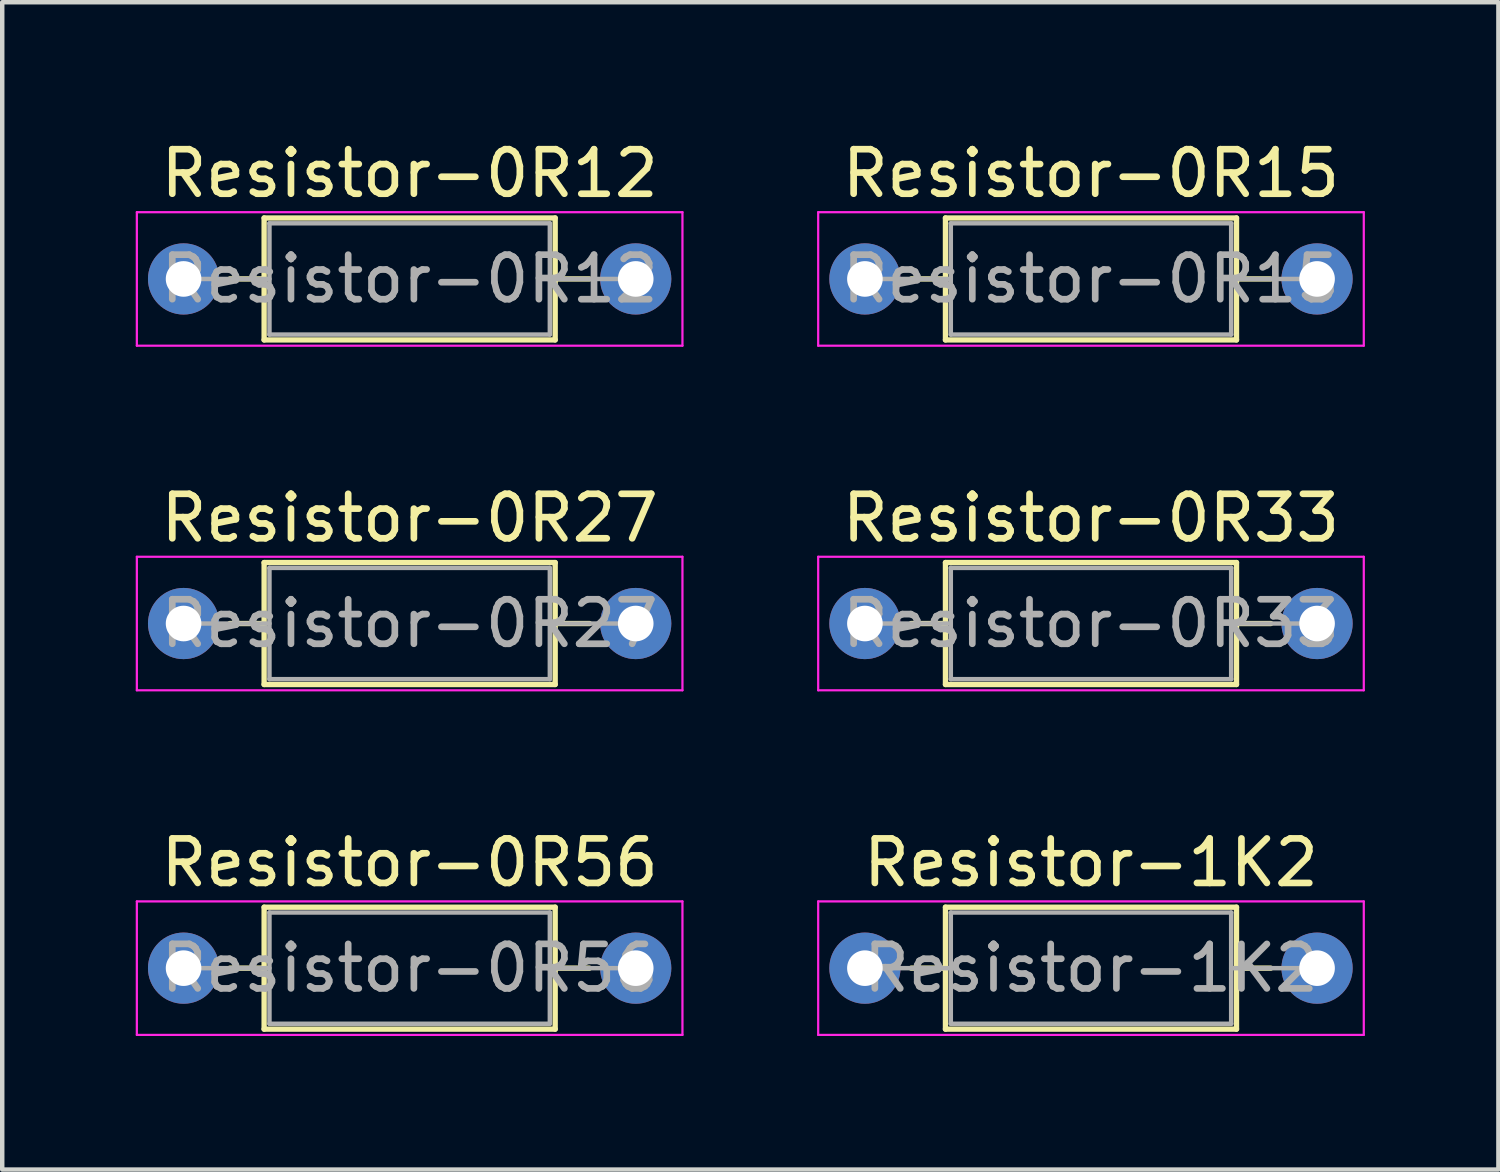
<source format=kicad_pcb>
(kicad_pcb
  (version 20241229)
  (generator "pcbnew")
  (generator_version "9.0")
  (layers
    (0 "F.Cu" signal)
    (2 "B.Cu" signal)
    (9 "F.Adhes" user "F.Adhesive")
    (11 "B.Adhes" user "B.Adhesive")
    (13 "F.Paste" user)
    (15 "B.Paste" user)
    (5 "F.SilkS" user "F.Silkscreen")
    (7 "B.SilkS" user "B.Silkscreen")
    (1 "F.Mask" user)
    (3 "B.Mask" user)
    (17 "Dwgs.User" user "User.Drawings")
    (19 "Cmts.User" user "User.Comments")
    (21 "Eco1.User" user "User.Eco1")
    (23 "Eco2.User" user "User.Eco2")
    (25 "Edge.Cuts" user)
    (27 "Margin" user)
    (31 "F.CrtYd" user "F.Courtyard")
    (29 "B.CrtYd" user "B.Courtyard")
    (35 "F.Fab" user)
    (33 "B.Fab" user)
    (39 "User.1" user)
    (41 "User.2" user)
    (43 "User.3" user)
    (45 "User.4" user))
  (footprint "Resistor-0R27"
    (layer "F.Cu")
    (at 6.155 10.961)
    (property "Reference" "Resistor-0R27" (at 0 -2.37 0) (layer "F.SilkS") (effects (font (size 1 1) (thickness 0.15))))
    (attr through_hole)
    (fp_line (start -4.04 0) (end -3.27 0) (stroke (width 0.12) (type solid)) (layer "F.SilkS"))
    (fp_line (start -3.27 -1.37) (end -3.27 1.37) (stroke (width 0.12) (type solid)) (layer "F.SilkS"))
    (fp_line (start -3.27 1.37) (end 3.27 1.37) (stroke (width 0.12) (type solid)) (layer "F.SilkS"))
    (fp_line (start 3.27 -1.37) (end -3.27 -1.37) (stroke (width 0.12) (type solid)) (layer "F.SilkS"))
    (fp_line (start 3.27 1.37) (end 3.27 -1.37) (stroke (width 0.12) (type solid)) (layer "F.SilkS"))
    (fp_line (start 4.04 0) (end 3.27 0) (stroke (width 0.12) (type solid)) (layer "F.SilkS"))
    (fp_line (start -6.13 -1.5) (end -6.13 1.5) (stroke (width 0.05) (type solid)) (layer "F.CrtYd"))
    (fp_line (start -6.13 1.5) (end 6.13 1.5) (stroke (width 0.05) (type solid)) (layer "F.CrtYd"))
    (fp_line (start 6.13 -1.5) (end -6.13 -1.5) (stroke (width 0.05) (type solid)) (layer "F.CrtYd"))
    (fp_line (start 6.13 1.5) (end 6.13 -1.5) (stroke (width 0.05) (type solid)) (layer "F.CrtYd"))
    (fp_line (start -5.08 0) (end -3.15 0) (stroke (width 0.1) (type solid)) (layer "F.Fab"))
    (fp_line (start -3.15 -1.25) (end -3.15 1.25) (stroke (width 0.1) (type solid)) (layer "F.Fab"))
    (fp_line (start -3.15 1.25) (end 3.15 1.25) (stroke (width 0.1) (type solid)) (layer "F.Fab"))
    (fp_line (start 3.15 -1.25) (end -3.15 -1.25) (stroke (width 0.1) (type solid)) (layer "F.Fab"))
    (fp_line (start 3.15 1.25) (end 3.15 -1.25) (stroke (width 0.1) (type solid)) (layer "F.Fab"))
    (fp_line (start 5.08 0) (end 3.15 0) (stroke (width 0.1) (type solid)) (layer "F.Fab"))
    (fp_text user "${REFERENCE}" (at 0 0 0) (layer "F.Fab") (effects (font (size 1 1) (thickness 0.15))))
    (pad "1" thru_hole circle (at -5.08 0) (size 1.6 1.6) (drill 0.8) (layers "*.Cu" "*.Mask"))
    (pad "2" thru_hole oval (at 5.08 0) (size 1.6 1.6) (drill 0.8) (layers "*.Cu" "*.Mask")))
  (footprint "Resistor-0R12"
    (layer "F.Cu")
    (at 6.155 3.218)
    (property "Reference" "Resistor-0R12" (at 0 -2.37 0) (layer "F.SilkS") (effects (font (size 1 1) (thickness 0.15))))
    (attr through_hole)
    (fp_line (start -4.04 0) (end -3.27 0) (stroke (width 0.12) (type solid)) (layer "F.SilkS"))
    (fp_line (start -3.27 -1.37) (end -3.27 1.37) (stroke (width 0.12) (type solid)) (layer "F.SilkS"))
    (fp_line (start -3.27 1.37) (end 3.27 1.37) (stroke (width 0.12) (type solid)) (layer "F.SilkS"))
    (fp_line (start 3.27 -1.37) (end -3.27 -1.37) (stroke (width 0.12) (type solid)) (layer "F.SilkS"))
    (fp_line (start 3.27 1.37) (end 3.27 -1.37) (stroke (width 0.12) (type solid)) (layer "F.SilkS"))
    (fp_line (start 4.04 0) (end 3.27 0) (stroke (width 0.12) (type solid)) (layer "F.SilkS"))
    (fp_line (start -6.13 -1.5) (end -6.13 1.5) (stroke (width 0.05) (type solid)) (layer "F.CrtYd"))
    (fp_line (start -6.13 1.5) (end 6.13 1.5) (stroke (width 0.05) (type solid)) (layer "F.CrtYd"))
    (fp_line (start 6.13 -1.5) (end -6.13 -1.5) (stroke (width 0.05) (type solid)) (layer "F.CrtYd"))
    (fp_line (start 6.13 1.5) (end 6.13 -1.5) (stroke (width 0.05) (type solid)) (layer "F.CrtYd"))
    (fp_line (start -5.08 0) (end -3.15 0) (stroke (width 0.1) (type solid)) (layer "F.Fab"))
    (fp_line (start -3.15 -1.25) (end -3.15 1.25) (stroke (width 0.1) (type solid)) (layer "F.Fab"))
    (fp_line (start -3.15 1.25) (end 3.15 1.25) (stroke (width 0.1) (type solid)) (layer "F.Fab"))
    (fp_line (start 3.15 -1.25) (end -3.15 -1.25) (stroke (width 0.1) (type solid)) (layer "F.Fab"))
    (fp_line (start 3.15 1.25) (end 3.15 -1.25) (stroke (width 0.1) (type solid)) (layer "F.Fab"))
    (fp_line (start 5.08 0) (end 3.15 0) (stroke (width 0.1) (type solid)) (layer "F.Fab"))
    (fp_text user "${REFERENCE}" (at 0 0 0) (layer "F.Fab") (effects (font (size 1 1) (thickness 0.15))))
    (pad "1" thru_hole circle (at -5.08 0) (size 1.6 1.6) (drill 0.8) (layers "*.Cu" "*.Mask"))
    (pad "2" thru_hole oval (at 5.08 0) (size 1.6 1.6) (drill 0.8) (layers "*.Cu" "*.Mask")))
  (footprint "Resistor-0R33"
    (layer "F.Cu")
    (at 21.465 10.961)
    (property "Reference" "Resistor-0R33" (at 0 -2.37 0) (layer "F.SilkS") (effects (font (size 1 1) (thickness 0.15))))
    (attr through_hole)
    (fp_line (start -4.04 0) (end -3.27 0) (stroke (width 0.12) (type solid)) (layer "F.SilkS"))
    (fp_line (start -3.27 -1.37) (end -3.27 1.37) (stroke (width 0.12) (type solid)) (layer "F.SilkS"))
    (fp_line (start -3.27 1.37) (end 3.27 1.37) (stroke (width 0.12) (type solid)) (layer "F.SilkS"))
    (fp_line (start 3.27 -1.37) (end -3.27 -1.37) (stroke (width 0.12) (type solid)) (layer "F.SilkS"))
    (fp_line (start 3.27 1.37) (end 3.27 -1.37) (stroke (width 0.12) (type solid)) (layer "F.SilkS"))
    (fp_line (start 4.04 0) (end 3.27 0) (stroke (width 0.12) (type solid)) (layer "F.SilkS"))
    (fp_line (start -6.13 -1.5) (end -6.13 1.5) (stroke (width 0.05) (type solid)) (layer "F.CrtYd"))
    (fp_line (start -6.13 1.5) (end 6.13 1.5) (stroke (width 0.05) (type solid)) (layer "F.CrtYd"))
    (fp_line (start 6.13 -1.5) (end -6.13 -1.5) (stroke (width 0.05) (type solid)) (layer "F.CrtYd"))
    (fp_line (start 6.13 1.5) (end 6.13 -1.5) (stroke (width 0.05) (type solid)) (layer "F.CrtYd"))
    (fp_line (start -5.08 0) (end -3.15 0) (stroke (width 0.1) (type solid)) (layer "F.Fab"))
    (fp_line (start -3.15 -1.25) (end -3.15 1.25) (stroke (width 0.1) (type solid)) (layer "F.Fab"))
    (fp_line (start -3.15 1.25) (end 3.15 1.25) (stroke (width 0.1) (type solid)) (layer "F.Fab"))
    (fp_line (start 3.15 -1.25) (end -3.15 -1.25) (stroke (width 0.1) (type solid)) (layer "F.Fab"))
    (fp_line (start 3.15 1.25) (end 3.15 -1.25) (stroke (width 0.1) (type solid)) (layer "F.Fab"))
    (fp_line (start 5.08 0) (end 3.15 0) (stroke (width 0.1) (type solid)) (layer "F.Fab"))
    (fp_text user "${REFERENCE}" (at 0 0 0) (layer "F.Fab") (effects (font (size 1 1) (thickness 0.15))))
    (pad "1" thru_hole circle (at -5.08 0) (size 1.6 1.6) (drill 0.8) (layers "*.Cu" "*.Mask"))
    (pad "2" thru_hole oval (at 5.08 0) (size 1.6 1.6) (drill 0.8) (layers "*.Cu" "*.Mask")))
  (footprint "Resistor-1K2"
    (layer "F.Cu")
    (at 21.465 18.705)
    (property "Reference" "Resistor-1K2" (at 0 -2.37 0) (layer "F.SilkS") (effects (font (size 1 1) (thickness 0.15))))
    (attr through_hole)
    (fp_line (start -4.04 0) (end -3.27 0) (stroke (width 0.12) (type solid)) (layer "F.SilkS"))
    (fp_line (start -3.27 -1.37) (end -3.27 1.37) (stroke (width 0.12) (type solid)) (layer "F.SilkS"))
    (fp_line (start -3.27 1.37) (end 3.27 1.37) (stroke (width 0.12) (type solid)) (layer "F.SilkS"))
    (fp_line (start 3.27 -1.37) (end -3.27 -1.37) (stroke (width 0.12) (type solid)) (layer "F.SilkS"))
    (fp_line (start 3.27 1.37) (end 3.27 -1.37) (stroke (width 0.12) (type solid)) (layer "F.SilkS"))
    (fp_line (start 4.04 0) (end 3.27 0) (stroke (width 0.12) (type solid)) (layer "F.SilkS"))
    (fp_line (start -6.13 -1.5) (end -6.13 1.5) (stroke (width 0.05) (type solid)) (layer "F.CrtYd"))
    (fp_line (start -6.13 1.5) (end 6.13 1.5) (stroke (width 0.05) (type solid)) (layer "F.CrtYd"))
    (fp_line (start 6.13 -1.5) (end -6.13 -1.5) (stroke (width 0.05) (type solid)) (layer "F.CrtYd"))
    (fp_line (start 6.13 1.5) (end 6.13 -1.5) (stroke (width 0.05) (type solid)) (layer "F.CrtYd"))
    (fp_line (start -5.08 0) (end -3.15 0) (stroke (width 0.1) (type solid)) (layer "F.Fab"))
    (fp_line (start -3.15 -1.25) (end -3.15 1.25) (stroke (width 0.1) (type solid)) (layer "F.Fab"))
    (fp_line (start -3.15 1.25) (end 3.15 1.25) (stroke (width 0.1) (type solid)) (layer "F.Fab"))
    (fp_line (start 3.15 -1.25) (end -3.15 -1.25) (stroke (width 0.1) (type solid)) (layer "F.Fab"))
    (fp_line (start 3.15 1.25) (end 3.15 -1.25) (stroke (width 0.1) (type solid)) (layer "F.Fab"))
    (fp_line (start 5.08 0) (end 3.15 0) (stroke (width 0.1) (type solid)) (layer "F.Fab"))
    (fp_text user "${REFERENCE}" (at 0 0 0) (layer "F.Fab") (effects (font (size 1 1) (thickness 0.15))))
    (pad "1" thru_hole circle (at -5.08 0) (size 1.6 1.6) (drill 0.8) (layers "*.Cu" "*.Mask"))
    (pad "2" thru_hole oval (at 5.08 0) (size 1.6 1.6) (drill 0.8) (layers "*.Cu" "*.Mask")))
  (footprint "Resistor-0R56"
    (layer "F.Cu")
    (at 6.155 18.705)
    (property "Reference" "Resistor-0R56" (at 0 -2.37 0) (layer "F.SilkS") (effects (font (size 1 1) (thickness 0.15))))
    (attr through_hole)
    (fp_line (start -4.04 0) (end -3.27 0) (stroke (width 0.12) (type solid)) (layer "F.SilkS"))
    (fp_line (start -3.27 -1.37) (end -3.27 1.37) (stroke (width 0.12) (type solid)) (layer "F.SilkS"))
    (fp_line (start -3.27 1.37) (end 3.27 1.37) (stroke (width 0.12) (type solid)) (layer "F.SilkS"))
    (fp_line (start 3.27 -1.37) (end -3.27 -1.37) (stroke (width 0.12) (type solid)) (layer "F.SilkS"))
    (fp_line (start 3.27 1.37) (end 3.27 -1.37) (stroke (width 0.12) (type solid)) (layer "F.SilkS"))
    (fp_line (start 4.04 0) (end 3.27 0) (stroke (width 0.12) (type solid)) (layer "F.SilkS"))
    (fp_line (start -6.13 -1.5) (end -6.13 1.5) (stroke (width 0.05) (type solid)) (layer "F.CrtYd"))
    (fp_line (start -6.13 1.5) (end 6.13 1.5) (stroke (width 0.05) (type solid)) (layer "F.CrtYd"))
    (fp_line (start 6.13 -1.5) (end -6.13 -1.5) (stroke (width 0.05) (type solid)) (layer "F.CrtYd"))
    (fp_line (start 6.13 1.5) (end 6.13 -1.5) (stroke (width 0.05) (type solid)) (layer "F.CrtYd"))
    (fp_line (start -5.08 0) (end -3.15 0) (stroke (width 0.1) (type solid)) (layer "F.Fab"))
    (fp_line (start -3.15 -1.25) (end -3.15 1.25) (stroke (width 0.1) (type solid)) (layer "F.Fab"))
    (fp_line (start -3.15 1.25) (end 3.15 1.25) (stroke (width 0.1) (type solid)) (layer "F.Fab"))
    (fp_line (start 3.15 -1.25) (end -3.15 -1.25) (stroke (width 0.1) (type solid)) (layer "F.Fab"))
    (fp_line (start 3.15 1.25) (end 3.15 -1.25) (stroke (width 0.1) (type solid)) (layer "F.Fab"))
    (fp_line (start 5.08 0) (end 3.15 0) (stroke (width 0.1) (type solid)) (layer "F.Fab"))
    (fp_text user "${REFERENCE}" (at 0 0 0) (layer "F.Fab") (effects (font (size 1 1) (thickness 0.15))))
    (pad "1" thru_hole circle (at -5.08 0) (size 1.6 1.6) (drill 0.8) (layers "*.Cu" "*.Mask"))
    (pad "2" thru_hole oval (at 5.08 0) (size 1.6 1.6) (drill 0.8) (layers "*.Cu" "*.Mask")))
  (footprint "Resistor-0R15"
    (layer "F.Cu")
    (at 21.465 3.218)
    (property "Reference" "Resistor-0R15" (at 0 -2.37 0) (layer "F.SilkS") (effects (font (size 1 1) (thickness 0.15))))
    (attr through_hole)
    (fp_line (start -4.04 0) (end -3.27 0) (stroke (width 0.12) (type solid)) (layer "F.SilkS"))
    (fp_line (start -3.27 -1.37) (end -3.27 1.37) (stroke (width 0.12) (type solid)) (layer "F.SilkS"))
    (fp_line (start -3.27 1.37) (end 3.27 1.37) (stroke (width 0.12) (type solid)) (layer "F.SilkS"))
    (fp_line (start 3.27 -1.37) (end -3.27 -1.37) (stroke (width 0.12) (type solid)) (layer "F.SilkS"))
    (fp_line (start 3.27 1.37) (end 3.27 -1.37) (stroke (width 0.12) (type solid)) (layer "F.SilkS"))
    (fp_line (start 4.04 0) (end 3.27 0) (stroke (width 0.12) (type solid)) (layer "F.SilkS"))
    (fp_line (start -6.13 -1.5) (end -6.13 1.5) (stroke (width 0.05) (type solid)) (layer "F.CrtYd"))
    (fp_line (start -6.13 1.5) (end 6.13 1.5) (stroke (width 0.05) (type solid)) (layer "F.CrtYd"))
    (fp_line (start 6.13 -1.5) (end -6.13 -1.5) (stroke (width 0.05) (type solid)) (layer "F.CrtYd"))
    (fp_line (start 6.13 1.5) (end 6.13 -1.5) (stroke (width 0.05) (type solid)) (layer "F.CrtYd"))
    (fp_line (start -5.08 0) (end -3.15 0) (stroke (width 0.1) (type solid)) (layer "F.Fab"))
    (fp_line (start -3.15 -1.25) (end -3.15 1.25) (stroke (width 0.1) (type solid)) (layer "F.Fab"))
    (fp_line (start -3.15 1.25) (end 3.15 1.25) (stroke (width 0.1) (type solid)) (layer "F.Fab"))
    (fp_line (start 3.15 -1.25) (end -3.15 -1.25) (stroke (width 0.1) (type solid)) (layer "F.Fab"))
    (fp_line (start 3.15 1.25) (end 3.15 -1.25) (stroke (width 0.1) (type solid)) (layer "F.Fab"))
    (fp_line (start 5.08 0) (end 3.15 0) (stroke (width 0.1) (type solid)) (layer "F.Fab"))
    (fp_text user "${REFERENCE}" (at 0 0 0) (layer "F.Fab") (effects (font (size 1 1) (thickness 0.15))))
    (pad "1" thru_hole circle (at -5.08 0) (size 1.6 1.6) (drill 0.8) (layers "*.Cu" "*.Mask"))
    (pad "2" thru_hole oval (at 5.08 0) (size 1.6 1.6) (drill 0.8) (layers "*.Cu" "*.Mask")))
  (gr_rect
    (start -3 -3)
    (end 30.62 23.23)
    (stroke (width 0.1) (type default))
    (fill no)
    (layer "Edge.Cuts")))
</source>
